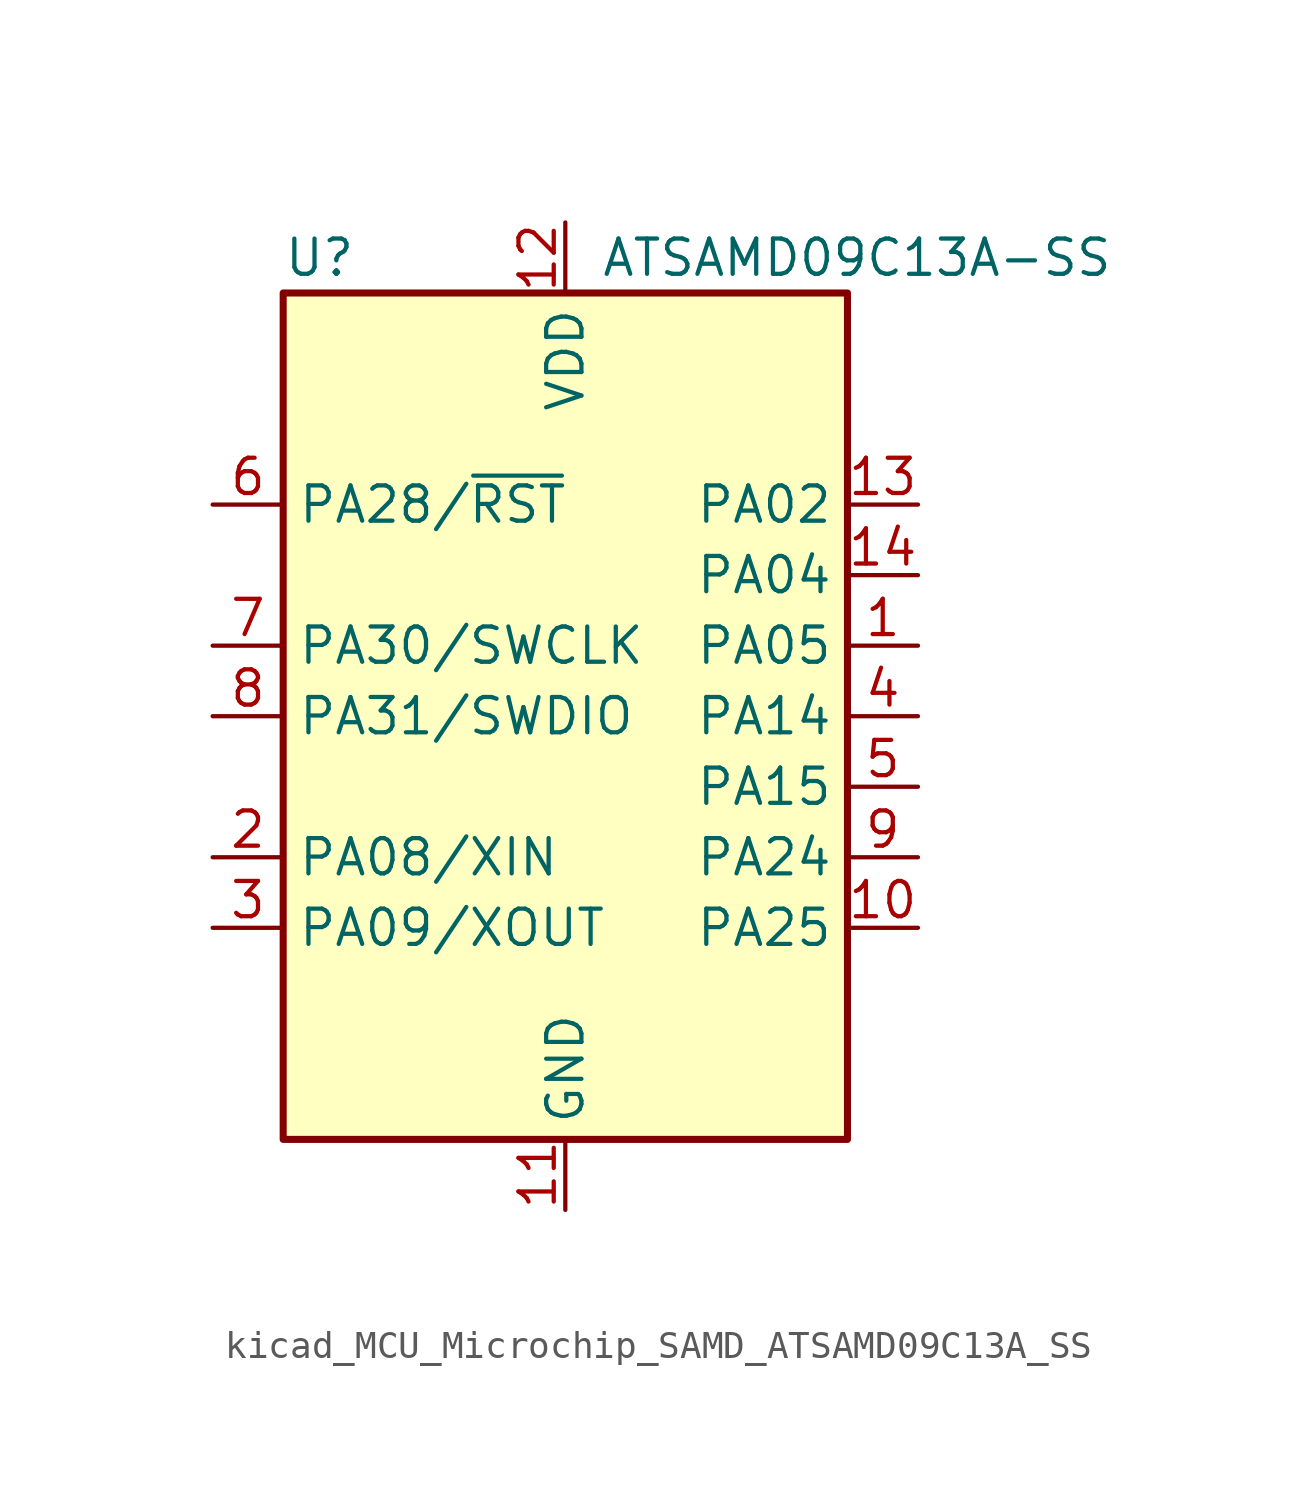
<source format=kicad_sym>
(kicad_symbol_lib
  (version 20220914)
  (generator kicad_symbol_editor)
  (symbol "kicad_MCU_Microchip_SAMD_ATSAMD09C13A_SS"
    (property "Reference" "U"
      (at -10.16 16.51 0)
      (effects (font (size 1.27 1.27)) (justify left)))
    (property "Value" "ATSAMD09C13A-SS"
      (at 1.27 16.51 0)
      (effects (font (size 1.27 1.27)) (justify left)))
    (symbol "kicad_MCU_Microchip_SAMD_ATSAMD09C13A_SS_0_1"
      (rectangle (start -10.16 15.24) (end 10.16 -15.24) (stroke (width 0.254) (type default)) (fill (type background))))
    (symbol "kicad_MCU_Microchip_SAMD_ATSAMD09C13A_SS_1_1"
      (pin bidirectional line (at 12.7 2.54 180) (length 2.54) (name "PA05" (effects (font (size 1.27 1.27)))) (number "1" (effects (font (size 1.27 1.27)))))
      (pin bidirectional line (at 12.7 -7.62 180) (length 2.54) (name "PA25" (effects (font (size 1.27 1.27)))) (number "10" (effects (font (size 1.27 1.27)))))
      (pin power_in line (at 0 -17.78 90) (length 2.54) (name "GND" (effects (font (size 1.27 1.27)))) (number "11" (effects (font (size 1.27 1.27)))))
      (pin power_in line (at 0 17.78 270) (length 2.54) (name "VDD" (effects (font (size 1.27 1.27)))) (number "12" (effects (font (size 1.27 1.27)))))
      (pin bidirectional line (at 12.7 7.62 180) (length 2.54) (name "PA02" (effects (font (size 1.27 1.27)))) (number "13" (effects (font (size 1.27 1.27)))))
      (pin bidirectional line (at 12.7 5.08 180) (length 2.54) (name "PA04" (effects (font (size 1.27 1.27)))) (number "14" (effects (font (size 1.27 1.27)))))
      (pin bidirectional line (at -12.7 -5.08 0) (length 2.54) (name "PA08/XIN" (effects (font (size 1.27 1.27)))) (number "2" (effects (font (size 1.27 1.27)))))
      (pin bidirectional line (at -12.7 -7.62 0) (length 2.54) (name "PA09/XOUT" (effects (font (size 1.27 1.27)))) (number "3" (effects (font (size 1.27 1.27)))))
      (pin bidirectional line (at 12.7 0 180) (length 2.54) (name "PA14" (effects (font (size 1.27 1.27)))) (number "4" (effects (font (size 1.27 1.27)))))
      (pin bidirectional line (at 12.7 -2.54 180) (length 2.54) (name "PA15" (effects (font (size 1.27 1.27)))) (number "5" (effects (font (size 1.27 1.27)))))
      (pin bidirectional line (at -12.7 7.62 0) (length 2.54) (name "PA28/~{RST}" (effects (font (size 1.27 1.27)))) (number "6" (effects (font (size 1.27 1.27)))))
      (pin bidirectional line (at -12.7 2.54 0) (length 2.54) (name "PA30/SWCLK" (effects (font (size 1.27 1.27)))) (number "7" (effects (font (size 1.27 1.27)))))
      (pin bidirectional line (at -12.7 0 0) (length 2.54) (name "PA31/SWDIO" (effects (font (size 1.27 1.27)))) (number "8" (effects (font (size 1.27 1.27)))))
      (pin bidirectional line (at 12.7 -5.08 180) (length 2.54) (name "PA24" (effects (font (size 1.27 1.27)))) (number "9" (effects (font (size 1.27 1.27))))))))
</source>
